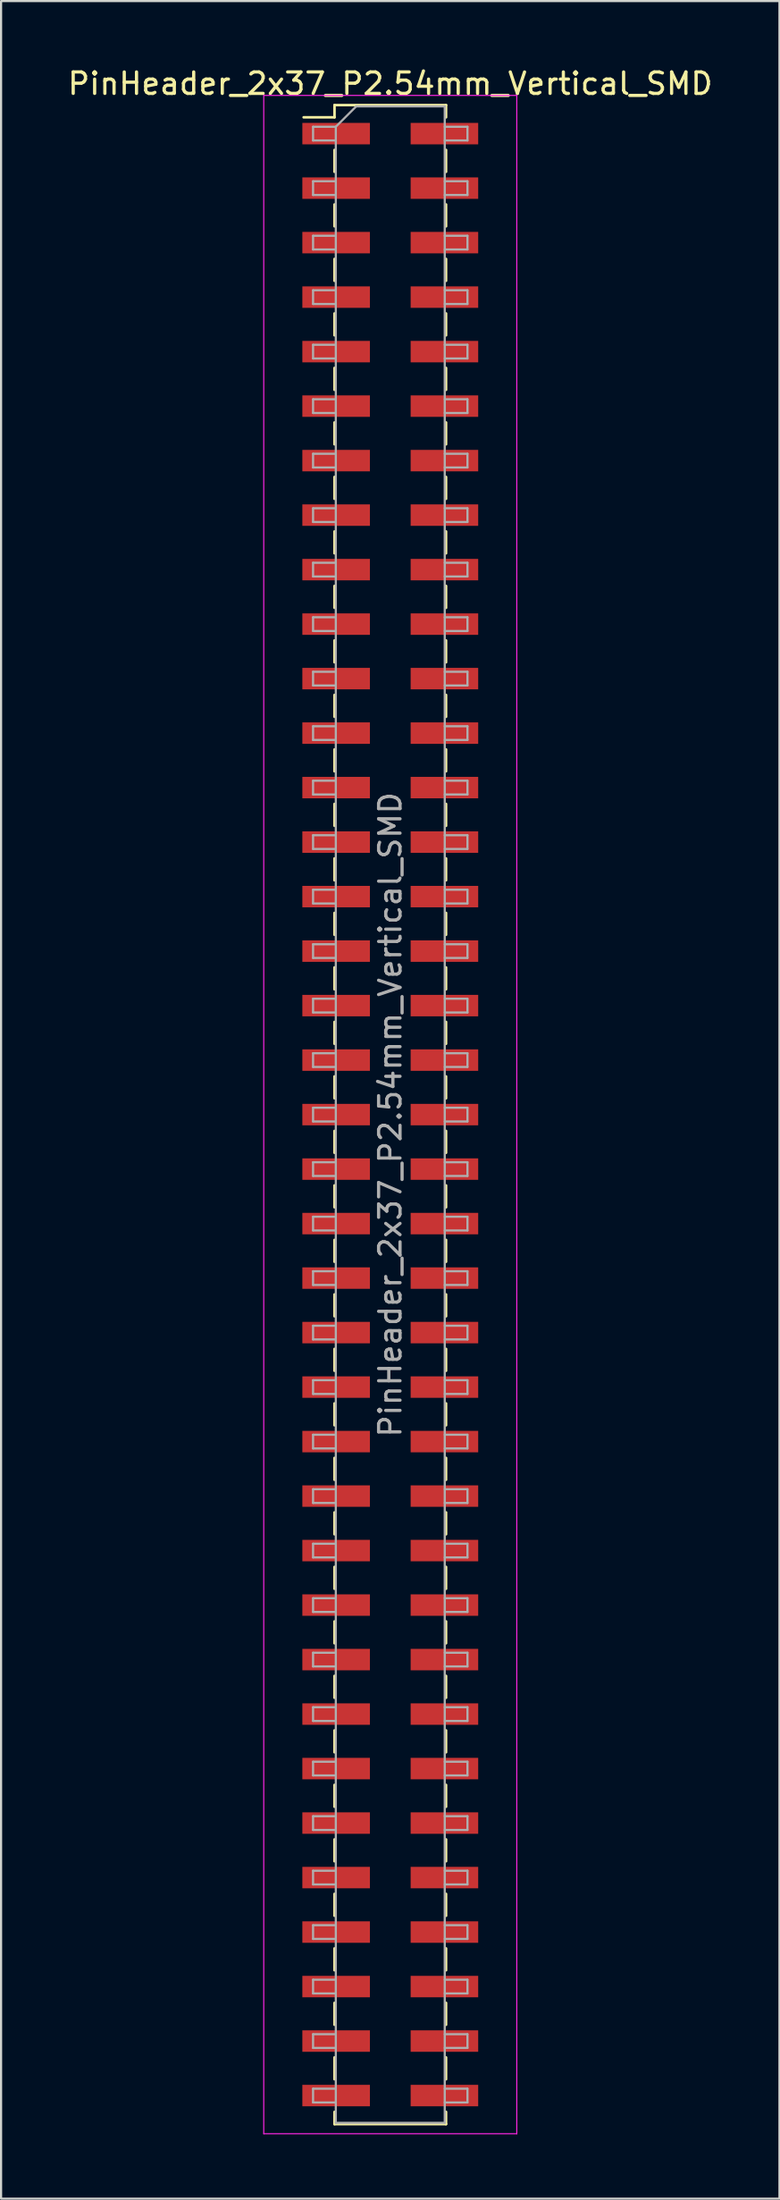
<source format=kicad_pcb>
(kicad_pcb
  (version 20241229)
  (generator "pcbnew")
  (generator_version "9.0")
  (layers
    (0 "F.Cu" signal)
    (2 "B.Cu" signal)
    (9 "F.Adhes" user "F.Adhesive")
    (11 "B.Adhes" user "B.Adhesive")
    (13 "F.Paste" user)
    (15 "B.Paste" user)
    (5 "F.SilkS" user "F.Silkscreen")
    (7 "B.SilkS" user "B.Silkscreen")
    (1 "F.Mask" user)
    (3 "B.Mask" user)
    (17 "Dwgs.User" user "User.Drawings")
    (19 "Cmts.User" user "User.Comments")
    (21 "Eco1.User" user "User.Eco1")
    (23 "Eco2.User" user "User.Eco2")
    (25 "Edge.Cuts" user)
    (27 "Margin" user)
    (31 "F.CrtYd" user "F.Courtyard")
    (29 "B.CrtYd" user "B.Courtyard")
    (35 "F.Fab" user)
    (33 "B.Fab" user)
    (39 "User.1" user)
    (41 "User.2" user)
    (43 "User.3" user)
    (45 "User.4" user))
  (footprint "PinHeader_2x37_P2.54mm_Vertical_SMD"
    (layer "F.Cu")
    (at 15.149 48.898)
    (property "Reference" "PinHeader_2x37_P2.54mm_Vertical_SMD" (at 0 -48.05 0) (layer "F.SilkS") (effects (font (size 1 1) (thickness 0.15))))
    (attr smd)
    (fp_line (start -4.04 -46.48) (end -2.6 -46.48) (stroke (width 0.12) (type solid)) (layer "F.SilkS"))
    (fp_line (start -2.6 -47.05) (end -2.6 -46.48) (stroke (width 0.12) (type solid)) (layer "F.SilkS"))
    (fp_line (start -2.6 -47.05) (end 2.6 -47.05) (stroke (width 0.12) (type solid)) (layer "F.SilkS"))
    (fp_line (start -2.6 -44.96) (end -2.6 -43.94) (stroke (width 0.12) (type solid)) (layer "F.SilkS"))
    (fp_line (start -2.6 -42.42) (end -2.6 -41.4) (stroke (width 0.12) (type solid)) (layer "F.SilkS"))
    (fp_line (start -2.6 -39.88) (end -2.6 -38.86) (stroke (width 0.12) (type solid)) (layer "F.SilkS"))
    (fp_line (start -2.6 -37.34) (end -2.6 -36.32) (stroke (width 0.12) (type solid)) (layer "F.SilkS"))
    (fp_line (start -2.6 -34.8) (end -2.6 -33.78) (stroke (width 0.12) (type solid)) (layer "F.SilkS"))
    (fp_line (start -2.6 -32.26) (end -2.6 -31.24) (stroke (width 0.12) (type solid)) (layer "F.SilkS"))
    (fp_line (start -2.6 -29.72) (end -2.6 -28.7) (stroke (width 0.12) (type solid)) (layer "F.SilkS"))
    (fp_line (start -2.6 -27.18) (end -2.6 -26.16) (stroke (width 0.12) (type solid)) (layer "F.SilkS"))
    (fp_line (start -2.6 -24.64) (end -2.6 -23.62) (stroke (width 0.12) (type solid)) (layer "F.SilkS"))
    (fp_line (start -2.6 -22.1) (end -2.6 -21.08) (stroke (width 0.12) (type solid)) (layer "F.SilkS"))
    (fp_line (start -2.6 -19.56) (end -2.6 -18.54) (stroke (width 0.12) (type solid)) (layer "F.SilkS"))
    (fp_line (start -2.6 -17.02) (end -2.6 -16) (stroke (width 0.12) (type solid)) (layer "F.SilkS"))
    (fp_line (start -2.6 -14.48) (end -2.6 -13.46) (stroke (width 0.12) (type solid)) (layer "F.SilkS"))
    (fp_line (start -2.6 -11.94) (end -2.6 -10.92) (stroke (width 0.12) (type solid)) (layer "F.SilkS"))
    (fp_line (start -2.6 -9.4) (end -2.6 -8.38) (stroke (width 0.12) (type solid)) (layer "F.SilkS"))
    (fp_line (start -2.6 -6.86) (end -2.6 -5.84) (stroke (width 0.12) (type solid)) (layer "F.SilkS"))
    (fp_line (start -2.6 -4.32) (end -2.6 -3.3) (stroke (width 0.12) (type solid)) (layer "F.SilkS"))
    (fp_line (start -2.6 -1.78) (end -2.6 -0.76) (stroke (width 0.12) (type solid)) (layer "F.SilkS"))
    (fp_line (start -2.6 0.76) (end -2.6 1.78) (stroke (width 0.12) (type solid)) (layer "F.SilkS"))
    (fp_line (start -2.6 3.3) (end -2.6 4.32) (stroke (width 0.12) (type solid)) (layer "F.SilkS"))
    (fp_line (start -2.6 5.84) (end -2.6 6.86) (stroke (width 0.12) (type solid)) (layer "F.SilkS"))
    (fp_line (start -2.6 8.38) (end -2.6 9.4) (stroke (width 0.12) (type solid)) (layer "F.SilkS"))
    (fp_line (start -2.6 10.92) (end -2.6 11.94) (stroke (width 0.12) (type solid)) (layer "F.SilkS"))
    (fp_line (start -2.6 13.46) (end -2.6 14.48) (stroke (width 0.12) (type solid)) (layer "F.SilkS"))
    (fp_line (start -2.6 16) (end -2.6 17.02) (stroke (width 0.12) (type solid)) (layer "F.SilkS"))
    (fp_line (start -2.6 18.54) (end -2.6 19.56) (stroke (width 0.12) (type solid)) (layer "F.SilkS"))
    (fp_line (start -2.6 21.08) (end -2.6 22.1) (stroke (width 0.12) (type solid)) (layer "F.SilkS"))
    (fp_line (start -2.6 23.62) (end -2.6 24.64) (stroke (width 0.12) (type solid)) (layer "F.SilkS"))
    (fp_line (start -2.6 26.16) (end -2.6 27.18) (stroke (width 0.12) (type solid)) (layer "F.SilkS"))
    (fp_line (start -2.6 28.7) (end -2.6 29.72) (stroke (width 0.12) (type solid)) (layer "F.SilkS"))
    (fp_line (start -2.6 31.24) (end -2.6 32.26) (stroke (width 0.12) (type solid)) (layer "F.SilkS"))
    (fp_line (start -2.6 33.78) (end -2.6 34.8) (stroke (width 0.12) (type solid)) (layer "F.SilkS"))
    (fp_line (start -2.6 36.32) (end -2.6 37.34) (stroke (width 0.12) (type solid)) (layer "F.SilkS"))
    (fp_line (start -2.6 38.86) (end -2.6 39.88) (stroke (width 0.12) (type solid)) (layer "F.SilkS"))
    (fp_line (start -2.6 41.4) (end -2.6 42.42) (stroke (width 0.12) (type solid)) (layer "F.SilkS"))
    (fp_line (start -2.6 43.94) (end -2.6 44.96) (stroke (width 0.12) (type solid)) (layer "F.SilkS"))
    (fp_line (start -2.6 46.48) (end -2.6 47.05) (stroke (width 0.12) (type solid)) (layer "F.SilkS"))
    (fp_line (start -2.6 47.05) (end 2.6 47.05) (stroke (width 0.12) (type solid)) (layer "F.SilkS"))
    (fp_line (start 2.6 -47.05) (end 2.6 -46.48) (stroke (width 0.12) (type solid)) (layer "F.SilkS"))
    (fp_line (start 2.6 -44.96) (end 2.6 -43.94) (stroke (width 0.12) (type solid)) (layer "F.SilkS"))
    (fp_line (start 2.6 -42.42) (end 2.6 -41.4) (stroke (width 0.12) (type solid)) (layer "F.SilkS"))
    (fp_line (start 2.6 -39.88) (end 2.6 -38.86) (stroke (width 0.12) (type solid)) (layer "F.SilkS"))
    (fp_line (start 2.6 -37.34) (end 2.6 -36.32) (stroke (width 0.12) (type solid)) (layer "F.SilkS"))
    (fp_line (start 2.6 -34.8) (end 2.6 -33.78) (stroke (width 0.12) (type solid)) (layer "F.SilkS"))
    (fp_line (start 2.6 -32.26) (end 2.6 -31.24) (stroke (width 0.12) (type solid)) (layer "F.SilkS"))
    (fp_line (start 2.6 -29.72) (end 2.6 -28.7) (stroke (width 0.12) (type solid)) (layer "F.SilkS"))
    (fp_line (start 2.6 -27.18) (end 2.6 -26.16) (stroke (width 0.12) (type solid)) (layer "F.SilkS"))
    (fp_line (start 2.6 -24.64) (end 2.6 -23.62) (stroke (width 0.12) (type solid)) (layer "F.SilkS"))
    (fp_line (start 2.6 -22.1) (end 2.6 -21.08) (stroke (width 0.12) (type solid)) (layer "F.SilkS"))
    (fp_line (start 2.6 -19.56) (end 2.6 -18.54) (stroke (width 0.12) (type solid)) (layer "F.SilkS"))
    (fp_line (start 2.6 -17.02) (end 2.6 -16) (stroke (width 0.12) (type solid)) (layer "F.SilkS"))
    (fp_line (start 2.6 -14.48) (end 2.6 -13.46) (stroke (width 0.12) (type solid)) (layer "F.SilkS"))
    (fp_line (start 2.6 -11.94) (end 2.6 -10.92) (stroke (width 0.12) (type solid)) (layer "F.SilkS"))
    (fp_line (start 2.6 -9.4) (end 2.6 -8.38) (stroke (width 0.12) (type solid)) (layer "F.SilkS"))
    (fp_line (start 2.6 -6.86) (end 2.6 -5.84) (stroke (width 0.12) (type solid)) (layer "F.SilkS"))
    (fp_line (start 2.6 -4.32) (end 2.6 -3.3) (stroke (width 0.12) (type solid)) (layer "F.SilkS"))
    (fp_line (start 2.6 -1.78) (end 2.6 -0.76) (stroke (width 0.12) (type solid)) (layer "F.SilkS"))
    (fp_line (start 2.6 0.76) (end 2.6 1.78) (stroke (width 0.12) (type solid)) (layer "F.SilkS"))
    (fp_line (start 2.6 3.3) (end 2.6 4.32) (stroke (width 0.12) (type solid)) (layer "F.SilkS"))
    (fp_line (start 2.6 5.84) (end 2.6 6.86) (stroke (width 0.12) (type solid)) (layer "F.SilkS"))
    (fp_line (start 2.6 8.38) (end 2.6 9.4) (stroke (width 0.12) (type solid)) (layer "F.SilkS"))
    (fp_line (start 2.6 10.92) (end 2.6 11.94) (stroke (width 0.12) (type solid)) (layer "F.SilkS"))
    (fp_line (start 2.6 13.46) (end 2.6 14.48) (stroke (width 0.12) (type solid)) (layer "F.SilkS"))
    (fp_line (start 2.6 16) (end 2.6 17.02) (stroke (width 0.12) (type solid)) (layer "F.SilkS"))
    (fp_line (start 2.6 18.54) (end 2.6 19.56) (stroke (width 0.12) (type solid)) (layer "F.SilkS"))
    (fp_line (start 2.6 21.08) (end 2.6 22.1) (stroke (width 0.12) (type solid)) (layer "F.SilkS"))
    (fp_line (start 2.6 23.62) (end 2.6 24.64) (stroke (width 0.12) (type solid)) (layer "F.SilkS"))
    (fp_line (start 2.6 26.16) (end 2.6 27.18) (stroke (width 0.12) (type solid)) (layer "F.SilkS"))
    (fp_line (start 2.6 28.7) (end 2.6 29.72) (stroke (width 0.12) (type solid)) (layer "F.SilkS"))
    (fp_line (start 2.6 31.24) (end 2.6 32.26) (stroke (width 0.12) (type solid)) (layer "F.SilkS"))
    (fp_line (start 2.6 33.78) (end 2.6 34.8) (stroke (width 0.12) (type solid)) (layer "F.SilkS"))
    (fp_line (start 2.6 36.32) (end 2.6 37.34) (stroke (width 0.12) (type solid)) (layer "F.SilkS"))
    (fp_line (start 2.6 38.86) (end 2.6 39.88) (stroke (width 0.12) (type solid)) (layer "F.SilkS"))
    (fp_line (start 2.6 41.4) (end 2.6 42.42) (stroke (width 0.12) (type solid)) (layer "F.SilkS"))
    (fp_line (start 2.6 43.94) (end 2.6 44.96) (stroke (width 0.12) (type solid)) (layer "F.SilkS"))
    (fp_line (start 2.6 46.48) (end 2.6 47.05) (stroke (width 0.12) (type solid)) (layer "F.SilkS"))
    (fp_line (start -5.9 -47.5) (end -5.9 47.5) (stroke (width 0.05) (type solid)) (layer "F.CrtYd"))
    (fp_line (start -5.9 47.5) (end 5.9 47.5) (stroke (width 0.05) (type solid)) (layer "F.CrtYd"))
    (fp_line (start 5.9 -47.5) (end -5.9 -47.5) (stroke (width 0.05) (type solid)) (layer "F.CrtYd"))
    (fp_line (start 5.9 47.5) (end 5.9 -47.5) (stroke (width 0.05) (type solid)) (layer "F.CrtYd"))
    (fp_line (start -3.6 -46.04) (end -3.6 -45.4) (stroke (width 0.1) (type solid)) (layer "F.Fab"))
    (fp_line (start -3.6 -45.4) (end -2.54 -45.4) (stroke (width 0.1) (type solid)) (layer "F.Fab"))
    (fp_line (start -3.6 -43.5) (end -3.6 -42.86) (stroke (width 0.1) (type solid)) (layer "F.Fab"))
    (fp_line (start -3.6 -42.86) (end -2.54 -42.86) (stroke (width 0.1) (type solid)) (layer "F.Fab"))
    (fp_line (start -3.6 -40.96) (end -3.6 -40.32) (stroke (width 0.1) (type solid)) (layer "F.Fab"))
    (fp_line (start -3.6 -40.32) (end -2.54 -40.32) (stroke (width 0.1) (type solid)) (layer "F.Fab"))
    (fp_line (start -3.6 -38.42) (end -3.6 -37.78) (stroke (width 0.1) (type solid)) (layer "F.Fab"))
    (fp_line (start -3.6 -37.78) (end -2.54 -37.78) (stroke (width 0.1) (type solid)) (layer "F.Fab"))
    (fp_line (start -3.6 -35.88) (end -3.6 -35.24) (stroke (width 0.1) (type solid)) (layer "F.Fab"))
    (fp_line (start -3.6 -35.24) (end -2.54 -35.24) (stroke (width 0.1) (type solid)) (layer "F.Fab"))
    (fp_line (start -3.6 -33.34) (end -3.6 -32.7) (stroke (width 0.1) (type solid)) (layer "F.Fab"))
    (fp_line (start -3.6 -32.7) (end -2.54 -32.7) (stroke (width 0.1) (type solid)) (layer "F.Fab"))
    (fp_line (start -3.6 -30.8) (end -3.6 -30.16) (stroke (width 0.1) (type solid)) (layer "F.Fab"))
    (fp_line (start -3.6 -30.16) (end -2.54 -30.16) (stroke (width 0.1) (type solid)) (layer "F.Fab"))
    (fp_line (start -3.6 -28.26) (end -3.6 -27.62) (stroke (width 0.1) (type solid)) (layer "F.Fab"))
    (fp_line (start -3.6 -27.62) (end -2.54 -27.62) (stroke (width 0.1) (type solid)) (layer "F.Fab"))
    (fp_line (start -3.6 -25.72) (end -3.6 -25.08) (stroke (width 0.1) (type solid)) (layer "F.Fab"))
    (fp_line (start -3.6 -25.08) (end -2.54 -25.08) (stroke (width 0.1) (type solid)) (layer "F.Fab"))
    (fp_line (start -3.6 -23.18) (end -3.6 -22.54) (stroke (width 0.1) (type solid)) (layer "F.Fab"))
    (fp_line (start -3.6 -22.54) (end -2.54 -22.54) (stroke (width 0.1) (type solid)) (layer "F.Fab"))
    (fp_line (start -3.6 -20.64) (end -3.6 -20) (stroke (width 0.1) (type solid)) (layer "F.Fab"))
    (fp_line (start -3.6 -20) (end -2.54 -20) (stroke (width 0.1) (type solid)) (layer "F.Fab"))
    (fp_line (start -3.6 -18.1) (end -3.6 -17.46) (stroke (width 0.1) (type solid)) (layer "F.Fab"))
    (fp_line (start -3.6 -17.46) (end -2.54 -17.46) (stroke (width 0.1) (type solid)) (layer "F.Fab"))
    (fp_line (start -3.6 -15.56) (end -3.6 -14.92) (stroke (width 0.1) (type solid)) (layer "F.Fab"))
    (fp_line (start -3.6 -14.92) (end -2.54 -14.92) (stroke (width 0.1) (type solid)) (layer "F.Fab"))
    (fp_line (start -3.6 -13.02) (end -3.6 -12.38) (stroke (width 0.1) (type solid)) (layer "F.Fab"))
    (fp_line (start -3.6 -12.38) (end -2.54 -12.38) (stroke (width 0.1) (type solid)) (layer "F.Fab"))
    (fp_line (start -3.6 -10.48) (end -3.6 -9.84) (stroke (width 0.1) (type solid)) (layer "F.Fab"))
    (fp_line (start -3.6 -9.84) (end -2.54 -9.84) (stroke (width 0.1) (type solid)) (layer "F.Fab"))
    (fp_line (start -3.6 -7.94) (end -3.6 -7.3) (stroke (width 0.1) (type solid)) (layer "F.Fab"))
    (fp_line (start -3.6 -7.3) (end -2.54 -7.3) (stroke (width 0.1) (type solid)) (layer "F.Fab"))
    (fp_line (start -3.6 -5.4) (end -3.6 -4.76) (stroke (width 0.1) (type solid)) (layer "F.Fab"))
    (fp_line (start -3.6 -4.76) (end -2.54 -4.76) (stroke (width 0.1) (type solid)) (layer "F.Fab"))
    (fp_line (start -3.6 -2.86) (end -3.6 -2.22) (stroke (width 0.1) (type solid)) (layer "F.Fab"))
    (fp_line (start -3.6 -2.22) (end -2.54 -2.22) (stroke (width 0.1) (type solid)) (layer "F.Fab"))
    (fp_line (start -3.6 -0.32) (end -3.6 0.32) (stroke (width 0.1) (type solid)) (layer "F.Fab"))
    (fp_line (start -3.6 0.32) (end -2.54 0.32) (stroke (width 0.1) (type solid)) (layer "F.Fab"))
    (fp_line (start -3.6 2.22) (end -3.6 2.86) (stroke (width 0.1) (type solid)) (layer "F.Fab"))
    (fp_line (start -3.6 2.86) (end -2.54 2.86) (stroke (width 0.1) (type solid)) (layer "F.Fab"))
    (fp_line (start -3.6 4.76) (end -3.6 5.4) (stroke (width 0.1) (type solid)) (layer "F.Fab"))
    (fp_line (start -3.6 5.4) (end -2.54 5.4) (stroke (width 0.1) (type solid)) (layer "F.Fab"))
    (fp_line (start -3.6 7.3) (end -3.6 7.94) (stroke (width 0.1) (type solid)) (layer "F.Fab"))
    (fp_line (start -3.6 7.94) (end -2.54 7.94) (stroke (width 0.1) (type solid)) (layer "F.Fab"))
    (fp_line (start -3.6 9.84) (end -3.6 10.48) (stroke (width 0.1) (type solid)) (layer "F.Fab"))
    (fp_line (start -3.6 10.48) (end -2.54 10.48) (stroke (width 0.1) (type solid)) (layer "F.Fab"))
    (fp_line (start -3.6 12.38) (end -3.6 13.02) (stroke (width 0.1) (type solid)) (layer "F.Fab"))
    (fp_line (start -3.6 13.02) (end -2.54 13.02) (stroke (width 0.1) (type solid)) (layer "F.Fab"))
    (fp_line (start -3.6 14.92) (end -3.6 15.56) (stroke (width 0.1) (type solid)) (layer "F.Fab"))
    (fp_line (start -3.6 15.56) (end -2.54 15.56) (stroke (width 0.1) (type solid)) (layer "F.Fab"))
    (fp_line (start -3.6 17.46) (end -3.6 18.1) (stroke (width 0.1) (type solid)) (layer "F.Fab"))
    (fp_line (start -3.6 18.1) (end -2.54 18.1) (stroke (width 0.1) (type solid)) (layer "F.Fab"))
    (fp_line (start -3.6 20) (end -3.6 20.64) (stroke (width 0.1) (type solid)) (layer "F.Fab"))
    (fp_line (start -3.6 20.64) (end -2.54 20.64) (stroke (width 0.1) (type solid)) (layer "F.Fab"))
    (fp_line (start -3.6 22.54) (end -3.6 23.18) (stroke (width 0.1) (type solid)) (layer "F.Fab"))
    (fp_line (start -3.6 23.18) (end -2.54 23.18) (stroke (width 0.1) (type solid)) (layer "F.Fab"))
    (fp_line (start -3.6 25.08) (end -3.6 25.72) (stroke (width 0.1) (type solid)) (layer "F.Fab"))
    (fp_line (start -3.6 25.72) (end -2.54 25.72) (stroke (width 0.1) (type solid)) (layer "F.Fab"))
    (fp_line (start -3.6 27.62) (end -3.6 28.26) (stroke (width 0.1) (type solid)) (layer "F.Fab"))
    (fp_line (start -3.6 28.26) (end -2.54 28.26) (stroke (width 0.1) (type solid)) (layer "F.Fab"))
    (fp_line (start -3.6 30.16) (end -3.6 30.8) (stroke (width 0.1) (type solid)) (layer "F.Fab"))
    (fp_line (start -3.6 30.8) (end -2.54 30.8) (stroke (width 0.1) (type solid)) (layer "F.Fab"))
    (fp_line (start -3.6 32.7) (end -3.6 33.34) (stroke (width 0.1) (type solid)) (layer "F.Fab"))
    (fp_line (start -3.6 33.34) (end -2.54 33.34) (stroke (width 0.1) (type solid)) (layer "F.Fab"))
    (fp_line (start -3.6 35.24) (end -3.6 35.88) (stroke (width 0.1) (type solid)) (layer "F.Fab"))
    (fp_line (start -3.6 35.88) (end -2.54 35.88) (stroke (width 0.1) (type solid)) (layer "F.Fab"))
    (fp_line (start -3.6 37.78) (end -3.6 38.42) (stroke (width 0.1) (type solid)) (layer "F.Fab"))
    (fp_line (start -3.6 38.42) (end -2.54 38.42) (stroke (width 0.1) (type solid)) (layer "F.Fab"))
    (fp_line (start -3.6 40.32) (end -3.6 40.96) (stroke (width 0.1) (type solid)) (layer "F.Fab"))
    (fp_line (start -3.6 40.96) (end -2.54 40.96) (stroke (width 0.1) (type solid)) (layer "F.Fab"))
    (fp_line (start -3.6 42.86) (end -3.6 43.5) (stroke (width 0.1) (type solid)) (layer "F.Fab"))
    (fp_line (start -3.6 43.5) (end -2.54 43.5) (stroke (width 0.1) (type solid)) (layer "F.Fab"))
    (fp_line (start -3.6 45.4) (end -3.6 46.04) (stroke (width 0.1) (type solid)) (layer "F.Fab"))
    (fp_line (start -3.6 46.04) (end -2.54 46.04) (stroke (width 0.1) (type solid)) (layer "F.Fab"))
    (fp_line (start -2.54 -46.04) (end -3.6 -46.04) (stroke (width 0.1) (type solid)) (layer "F.Fab"))
    (fp_line (start -2.54 -46.04) (end -1.59 -46.99) (stroke (width 0.1) (type solid)) (layer "F.Fab"))
    (fp_line (start -2.54 -43.5) (end -3.6 -43.5) (stroke (width 0.1) (type solid)) (layer "F.Fab"))
    (fp_line (start -2.54 -40.96) (end -3.6 -40.96) (stroke (width 0.1) (type solid)) (layer "F.Fab"))
    (fp_line (start -2.54 -38.42) (end -3.6 -38.42) (stroke (width 0.1) (type solid)) (layer "F.Fab"))
    (fp_line (start -2.54 -35.88) (end -3.6 -35.88) (stroke (width 0.1) (type solid)) (layer "F.Fab"))
    (fp_line (start -2.54 -33.34) (end -3.6 -33.34) (stroke (width 0.1) (type solid)) (layer "F.Fab"))
    (fp_line (start -2.54 -30.8) (end -3.6 -30.8) (stroke (width 0.1) (type solid)) (layer "F.Fab"))
    (fp_line (start -2.54 -28.26) (end -3.6 -28.26) (stroke (width 0.1) (type solid)) (layer "F.Fab"))
    (fp_line (start -2.54 -25.72) (end -3.6 -25.72) (stroke (width 0.1) (type solid)) (layer "F.Fab"))
    (fp_line (start -2.54 -23.18) (end -3.6 -23.18) (stroke (width 0.1) (type solid)) (layer "F.Fab"))
    (fp_line (start -2.54 -20.64) (end -3.6 -20.64) (stroke (width 0.1) (type solid)) (layer "F.Fab"))
    (fp_line (start -2.54 -18.1) (end -3.6 -18.1) (stroke (width 0.1) (type solid)) (layer "F.Fab"))
    (fp_line (start -2.54 -15.56) (end -3.6 -15.56) (stroke (width 0.1) (type solid)) (layer "F.Fab"))
    (fp_line (start -2.54 -13.02) (end -3.6 -13.02) (stroke (width 0.1) (type solid)) (layer "F.Fab"))
    (fp_line (start -2.54 -10.48) (end -3.6 -10.48) (stroke (width 0.1) (type solid)) (layer "F.Fab"))
    (fp_line (start -2.54 -7.94) (end -3.6 -7.94) (stroke (width 0.1) (type solid)) (layer "F.Fab"))
    (fp_line (start -2.54 -5.4) (end -3.6 -5.4) (stroke (width 0.1) (type solid)) (layer "F.Fab"))
    (fp_line (start -2.54 -2.86) (end -3.6 -2.86) (stroke (width 0.1) (type solid)) (layer "F.Fab"))
    (fp_line (start -2.54 -0.32) (end -3.6 -0.32) (stroke (width 0.1) (type solid)) (layer "F.Fab"))
    (fp_line (start -2.54 2.22) (end -3.6 2.22) (stroke (width 0.1) (type solid)) (layer "F.Fab"))
    (fp_line (start -2.54 4.76) (end -3.6 4.76) (stroke (width 0.1) (type solid)) (layer "F.Fab"))
    (fp_line (start -2.54 7.3) (end -3.6 7.3) (stroke (width 0.1) (type solid)) (layer "F.Fab"))
    (fp_line (start -2.54 9.84) (end -3.6 9.84) (stroke (width 0.1) (type solid)) (layer "F.Fab"))
    (fp_line (start -2.54 12.38) (end -3.6 12.38) (stroke (width 0.1) (type solid)) (layer "F.Fab"))
    (fp_line (start -2.54 14.92) (end -3.6 14.92) (stroke (width 0.1) (type solid)) (layer "F.Fab"))
    (fp_line (start -2.54 17.46) (end -3.6 17.46) (stroke (width 0.1) (type solid)) (layer "F.Fab"))
    (fp_line (start -2.54 20) (end -3.6 20) (stroke (width 0.1) (type solid)) (layer "F.Fab"))
    (fp_line (start -2.54 22.54) (end -3.6 22.54) (stroke (width 0.1) (type solid)) (layer "F.Fab"))
    (fp_line (start -2.54 25.08) (end -3.6 25.08) (stroke (width 0.1) (type solid)) (layer "F.Fab"))
    (fp_line (start -2.54 27.62) (end -3.6 27.62) (stroke (width 0.1) (type solid)) (layer "F.Fab"))
    (fp_line (start -2.54 30.16) (end -3.6 30.16) (stroke (width 0.1) (type solid)) (layer "F.Fab"))
    (fp_line (start -2.54 32.7) (end -3.6 32.7) (stroke (width 0.1) (type solid)) (layer "F.Fab"))
    (fp_line (start -2.54 35.24) (end -3.6 35.24) (stroke (width 0.1) (type solid)) (layer "F.Fab"))
    (fp_line (start -2.54 37.78) (end -3.6 37.78) (stroke (width 0.1) (type solid)) (layer "F.Fab"))
    (fp_line (start -2.54 40.32) (end -3.6 40.32) (stroke (width 0.1) (type solid)) (layer "F.Fab"))
    (fp_line (start -2.54 42.86) (end -3.6 42.86) (stroke (width 0.1) (type solid)) (layer "F.Fab"))
    (fp_line (start -2.54 45.4) (end -3.6 45.4) (stroke (width 0.1) (type solid)) (layer "F.Fab"))
    (fp_line (start -2.54 46.99) (end -2.54 -46.04) (stroke (width 0.1) (type solid)) (layer "F.Fab"))
    (fp_line (start -1.59 -46.99) (end 2.54 -46.99) (stroke (width 0.1) (type solid)) (layer "F.Fab"))
    (fp_line (start 2.54 -46.99) (end 2.54 46.99) (stroke (width 0.1) (type solid)) (layer "F.Fab"))
    (fp_line (start 2.54 -46.04) (end 3.6 -46.04) (stroke (width 0.1) (type solid)) (layer "F.Fab"))
    (fp_line (start 2.54 -43.5) (end 3.6 -43.5) (stroke (width 0.1) (type solid)) (layer "F.Fab"))
    (fp_line (start 2.54 -40.96) (end 3.6 -40.96) (stroke (width 0.1) (type solid)) (layer "F.Fab"))
    (fp_line (start 2.54 -38.42) (end 3.6 -38.42) (stroke (width 0.1) (type solid)) (layer "F.Fab"))
    (fp_line (start 2.54 -35.88) (end 3.6 -35.88) (stroke (width 0.1) (type solid)) (layer "F.Fab"))
    (fp_line (start 2.54 -33.34) (end 3.6 -33.34) (stroke (width 0.1) (type solid)) (layer "F.Fab"))
    (fp_line (start 2.54 -30.8) (end 3.6 -30.8) (stroke (width 0.1) (type solid)) (layer "F.Fab"))
    (fp_line (start 2.54 -28.26) (end 3.6 -28.26) (stroke (width 0.1) (type solid)) (layer "F.Fab"))
    (fp_line (start 2.54 -25.72) (end 3.6 -25.72) (stroke (width 0.1) (type solid)) (layer "F.Fab"))
    (fp_line (start 2.54 -23.18) (end 3.6 -23.18) (stroke (width 0.1) (type solid)) (layer "F.Fab"))
    (fp_line (start 2.54 -20.64) (end 3.6 -20.64) (stroke (width 0.1) (type solid)) (layer "F.Fab"))
    (fp_line (start 2.54 -18.1) (end 3.6 -18.1) (stroke (width 0.1) (type solid)) (layer "F.Fab"))
    (fp_line (start 2.54 -15.56) (end 3.6 -15.56) (stroke (width 0.1) (type solid)) (layer "F.Fab"))
    (fp_line (start 2.54 -13.02) (end 3.6 -13.02) (stroke (width 0.1) (type solid)) (layer "F.Fab"))
    (fp_line (start 2.54 -10.48) (end 3.6 -10.48) (stroke (width 0.1) (type solid)) (layer "F.Fab"))
    (fp_line (start 2.54 -7.94) (end 3.6 -7.94) (stroke (width 0.1) (type solid)) (layer "F.Fab"))
    (fp_line (start 2.54 -5.4) (end 3.6 -5.4) (stroke (width 0.1) (type solid)) (layer "F.Fab"))
    (fp_line (start 2.54 -2.86) (end 3.6 -2.86) (stroke (width 0.1) (type solid)) (layer "F.Fab"))
    (fp_line (start 2.54 -0.32) (end 3.6 -0.32) (stroke (width 0.1) (type solid)) (layer "F.Fab"))
    (fp_line (start 2.54 2.22) (end 3.6 2.22) (stroke (width 0.1) (type solid)) (layer "F.Fab"))
    (fp_line (start 2.54 4.76) (end 3.6 4.76) (stroke (width 0.1) (type solid)) (layer "F.Fab"))
    (fp_line (start 2.54 7.3) (end 3.6 7.3) (stroke (width 0.1) (type solid)) (layer "F.Fab"))
    (fp_line (start 2.54 9.84) (end 3.6 9.84) (stroke (width 0.1) (type solid)) (layer "F.Fab"))
    (fp_line (start 2.54 12.38) (end 3.6 12.38) (stroke (width 0.1) (type solid)) (layer "F.Fab"))
    (fp_line (start 2.54 14.92) (end 3.6 14.92) (stroke (width 0.1) (type solid)) (layer "F.Fab"))
    (fp_line (start 2.54 17.46) (end 3.6 17.46) (stroke (width 0.1) (type solid)) (layer "F.Fab"))
    (fp_line (start 2.54 20) (end 3.6 20) (stroke (width 0.1) (type solid)) (layer "F.Fab"))
    (fp_line (start 2.54 22.54) (end 3.6 22.54) (stroke (width 0.1) (type solid)) (layer "F.Fab"))
    (fp_line (start 2.54 25.08) (end 3.6 25.08) (stroke (width 0.1) (type solid)) (layer "F.Fab"))
    (fp_line (start 2.54 27.62) (end 3.6 27.62) (stroke (width 0.1) (type solid)) (layer "F.Fab"))
    (fp_line (start 2.54 30.16) (end 3.6 30.16) (stroke (width 0.1) (type solid)) (layer "F.Fab"))
    (fp_line (start 2.54 32.7) (end 3.6 32.7) (stroke (width 0.1) (type solid)) (layer "F.Fab"))
    (fp_line (start 2.54 35.24) (end 3.6 35.24) (stroke (width 0.1) (type solid)) (layer "F.Fab"))
    (fp_line (start 2.54 37.78) (end 3.6 37.78) (stroke (width 0.1) (type solid)) (layer "F.Fab"))
    (fp_line (start 2.54 40.32) (end 3.6 40.32) (stroke (width 0.1) (type solid)) (layer "F.Fab"))
    (fp_line (start 2.54 42.86) (end 3.6 42.86) (stroke (width 0.1) (type solid)) (layer "F.Fab"))
    (fp_line (start 2.54 45.4) (end 3.6 45.4) (stroke (width 0.1) (type solid)) (layer "F.Fab"))
    (fp_line (start 2.54 46.99) (end -2.54 46.99) (stroke (width 0.1) (type solid)) (layer "F.Fab"))
    (fp_line (start 3.6 -46.04) (end 3.6 -45.4) (stroke (width 0.1) (type solid)) (layer "F.Fab"))
    (fp_line (start 3.6 -45.4) (end 2.54 -45.4) (stroke (width 0.1) (type solid)) (layer "F.Fab"))
    (fp_line (start 3.6 -43.5) (end 3.6 -42.86) (stroke (width 0.1) (type solid)) (layer "F.Fab"))
    (fp_line (start 3.6 -42.86) (end 2.54 -42.86) (stroke (width 0.1) (type solid)) (layer "F.Fab"))
    (fp_line (start 3.6 -40.96) (end 3.6 -40.32) (stroke (width 0.1) (type solid)) (layer "F.Fab"))
    (fp_line (start 3.6 -40.32) (end 2.54 -40.32) (stroke (width 0.1) (type solid)) (layer "F.Fab"))
    (fp_line (start 3.6 -38.42) (end 3.6 -37.78) (stroke (width 0.1) (type solid)) (layer "F.Fab"))
    (fp_line (start 3.6 -37.78) (end 2.54 -37.78) (stroke (width 0.1) (type solid)) (layer "F.Fab"))
    (fp_line (start 3.6 -35.88) (end 3.6 -35.24) (stroke (width 0.1) (type solid)) (layer "F.Fab"))
    (fp_line (start 3.6 -35.24) (end 2.54 -35.24) (stroke (width 0.1) (type solid)) (layer "F.Fab"))
    (fp_line (start 3.6 -33.34) (end 3.6 -32.7) (stroke (width 0.1) (type solid)) (layer "F.Fab"))
    (fp_line (start 3.6 -32.7) (end 2.54 -32.7) (stroke (width 0.1) (type solid)) (layer "F.Fab"))
    (fp_line (start 3.6 -30.8) (end 3.6 -30.16) (stroke (width 0.1) (type solid)) (layer "F.Fab"))
    (fp_line (start 3.6 -30.16) (end 2.54 -30.16) (stroke (width 0.1) (type solid)) (layer "F.Fab"))
    (fp_line (start 3.6 -28.26) (end 3.6 -27.62) (stroke (width 0.1) (type solid)) (layer "F.Fab"))
    (fp_line (start 3.6 -27.62) (end 2.54 -27.62) (stroke (width 0.1) (type solid)) (layer "F.Fab"))
    (fp_line (start 3.6 -25.72) (end 3.6 -25.08) (stroke (width 0.1) (type solid)) (layer "F.Fab"))
    (fp_line (start 3.6 -25.08) (end 2.54 -25.08) (stroke (width 0.1) (type solid)) (layer "F.Fab"))
    (fp_line (start 3.6 -23.18) (end 3.6 -22.54) (stroke (width 0.1) (type solid)) (layer "F.Fab"))
    (fp_line (start 3.6 -22.54) (end 2.54 -22.54) (stroke (width 0.1) (type solid)) (layer "F.Fab"))
    (fp_line (start 3.6 -20.64) (end 3.6 -20) (stroke (width 0.1) (type solid)) (layer "F.Fab"))
    (fp_line (start 3.6 -20) (end 2.54 -20) (stroke (width 0.1) (type solid)) (layer "F.Fab"))
    (fp_line (start 3.6 -18.1) (end 3.6 -17.46) (stroke (width 0.1) (type solid)) (layer "F.Fab"))
    (fp_line (start 3.6 -17.46) (end 2.54 -17.46) (stroke (width 0.1) (type solid)) (layer "F.Fab"))
    (fp_line (start 3.6 -15.56) (end 3.6 -14.92) (stroke (width 0.1) (type solid)) (layer "F.Fab"))
    (fp_line (start 3.6 -14.92) (end 2.54 -14.92) (stroke (width 0.1) (type solid)) (layer "F.Fab"))
    (fp_line (start 3.6 -13.02) (end 3.6 -12.38) (stroke (width 0.1) (type solid)) (layer "F.Fab"))
    (fp_line (start 3.6 -12.38) (end 2.54 -12.38) (stroke (width 0.1) (type solid)) (layer "F.Fab"))
    (fp_line (start 3.6 -10.48) (end 3.6 -9.84) (stroke (width 0.1) (type solid)) (layer "F.Fab"))
    (fp_line (start 3.6 -9.84) (end 2.54 -9.84) (stroke (width 0.1) (type solid)) (layer "F.Fab"))
    (fp_line (start 3.6 -7.94) (end 3.6 -7.3) (stroke (width 0.1) (type solid)) (layer "F.Fab"))
    (fp_line (start 3.6 -7.3) (end 2.54 -7.3) (stroke (width 0.1) (type solid)) (layer "F.Fab"))
    (fp_line (start 3.6 -5.4) (end 3.6 -4.76) (stroke (width 0.1) (type solid)) (layer "F.Fab"))
    (fp_line (start 3.6 -4.76) (end 2.54 -4.76) (stroke (width 0.1) (type solid)) (layer "F.Fab"))
    (fp_line (start 3.6 -2.86) (end 3.6 -2.22) (stroke (width 0.1) (type solid)) (layer "F.Fab"))
    (fp_line (start 3.6 -2.22) (end 2.54 -2.22) (stroke (width 0.1) (type solid)) (layer "F.Fab"))
    (fp_line (start 3.6 -0.32) (end 3.6 0.32) (stroke (width 0.1) (type solid)) (layer "F.Fab"))
    (fp_line (start 3.6 0.32) (end 2.54 0.32) (stroke (width 0.1) (type solid)) (layer "F.Fab"))
    (fp_line (start 3.6 2.22) (end 3.6 2.86) (stroke (width 0.1) (type solid)) (layer "F.Fab"))
    (fp_line (start 3.6 2.86) (end 2.54 2.86) (stroke (width 0.1) (type solid)) (layer "F.Fab"))
    (fp_line (start 3.6 4.76) (end 3.6 5.4) (stroke (width 0.1) (type solid)) (layer "F.Fab"))
    (fp_line (start 3.6 5.4) (end 2.54 5.4) (stroke (width 0.1) (type solid)) (layer "F.Fab"))
    (fp_line (start 3.6 7.3) (end 3.6 7.94) (stroke (width 0.1) (type solid)) (layer "F.Fab"))
    (fp_line (start 3.6 7.94) (end 2.54 7.94) (stroke (width 0.1) (type solid)) (layer "F.Fab"))
    (fp_line (start 3.6 9.84) (end 3.6 10.48) (stroke (width 0.1) (type solid)) (layer "F.Fab"))
    (fp_line (start 3.6 10.48) (end 2.54 10.48) (stroke (width 0.1) (type solid)) (layer "F.Fab"))
    (fp_line (start 3.6 12.38) (end 3.6 13.02) (stroke (width 0.1) (type solid)) (layer "F.Fab"))
    (fp_line (start 3.6 13.02) (end 2.54 13.02) (stroke (width 0.1) (type solid)) (layer "F.Fab"))
    (fp_line (start 3.6 14.92) (end 3.6 15.56) (stroke (width 0.1) (type solid)) (layer "F.Fab"))
    (fp_line (start 3.6 15.56) (end 2.54 15.56) (stroke (width 0.1) (type solid)) (layer "F.Fab"))
    (fp_line (start 3.6 17.46) (end 3.6 18.1) (stroke (width 0.1) (type solid)) (layer "F.Fab"))
    (fp_line (start 3.6 18.1) (end 2.54 18.1) (stroke (width 0.1) (type solid)) (layer "F.Fab"))
    (fp_line (start 3.6 20) (end 3.6 20.64) (stroke (width 0.1) (type solid)) (layer "F.Fab"))
    (fp_line (start 3.6 20.64) (end 2.54 20.64) (stroke (width 0.1) (type solid)) (layer "F.Fab"))
    (fp_line (start 3.6 22.54) (end 3.6 23.18) (stroke (width 0.1) (type solid)) (layer "F.Fab"))
    (fp_line (start 3.6 23.18) (end 2.54 23.18) (stroke (width 0.1) (type solid)) (layer "F.Fab"))
    (fp_line (start 3.6 25.08) (end 3.6 25.72) (stroke (width 0.1) (type solid)) (layer "F.Fab"))
    (fp_line (start 3.6 25.72) (end 2.54 25.72) (stroke (width 0.1) (type solid)) (layer "F.Fab"))
    (fp_line (start 3.6 27.62) (end 3.6 28.26) (stroke (width 0.1) (type solid)) (layer "F.Fab"))
    (fp_line (start 3.6 28.26) (end 2.54 28.26) (stroke (width 0.1) (type solid)) (layer "F.Fab"))
    (fp_line (start 3.6 30.16) (end 3.6 30.8) (stroke (width 0.1) (type solid)) (layer "F.Fab"))
    (fp_line (start 3.6 30.8) (end 2.54 30.8) (stroke (width 0.1) (type solid)) (layer "F.Fab"))
    (fp_line (start 3.6 32.7) (end 3.6 33.34) (stroke (width 0.1) (type solid)) (layer "F.Fab"))
    (fp_line (start 3.6 33.34) (end 2.54 33.34) (stroke (width 0.1) (type solid)) (layer "F.Fab"))
    (fp_line (start 3.6 35.24) (end 3.6 35.88) (stroke (width 0.1) (type solid)) (layer "F.Fab"))
    (fp_line (start 3.6 35.88) (end 2.54 35.88) (stroke (width 0.1) (type solid)) (layer "F.Fab"))
    (fp_line (start 3.6 37.78) (end 3.6 38.42) (stroke (width 0.1) (type solid)) (layer "F.Fab"))
    (fp_line (start 3.6 38.42) (end 2.54 38.42) (stroke (width 0.1) (type solid)) (layer "F.Fab"))
    (fp_line (start 3.6 40.32) (end 3.6 40.96) (stroke (width 0.1) (type solid)) (layer "F.Fab"))
    (fp_line (start 3.6 40.96) (end 2.54 40.96) (stroke (width 0.1) (type solid)) (layer "F.Fab"))
    (fp_line (start 3.6 42.86) (end 3.6 43.5) (stroke (width 0.1) (type solid)) (layer "F.Fab"))
    (fp_line (start 3.6 43.5) (end 2.54 43.5) (stroke (width 0.1) (type solid)) (layer "F.Fab"))
    (fp_line (start 3.6 45.4) (end 3.6 46.04) (stroke (width 0.1) (type solid)) (layer "F.Fab"))
    (fp_line (start 3.6 46.04) (end 2.54 46.04) (stroke (width 0.1) (type solid)) (layer "F.Fab"))
    (fp_text user "${REFERENCE}" (at 0 0 90) (layer "F.Fab") (effects (font (size 1 1) (thickness 0.15))))
    (pad "1" smd rect (at -2.525 -45.72) (size 3.15 1) (layers "F.Cu" "F.Mask" "F.Paste"))
    (pad "2" smd rect (at 2.525 -45.72) (size 3.15 1) (layers "F.Cu" "F.Mask" "F.Paste"))
    (pad "3" smd rect (at -2.525 -43.18) (size 3.15 1) (layers "F.Cu" "F.Mask" "F.Paste"))
    (pad "4" smd rect (at 2.525 -43.18) (size 3.15 1) (layers "F.Cu" "F.Mask" "F.Paste"))
    (pad "5" smd rect (at -2.525 -40.64) (size 3.15 1) (layers "F.Cu" "F.Mask" "F.Paste"))
    (pad "6" smd rect (at 2.525 -40.64) (size 3.15 1) (layers "F.Cu" "F.Mask" "F.Paste"))
    (pad "7" smd rect (at -2.525 -38.1) (size 3.15 1) (layers "F.Cu" "F.Mask" "F.Paste"))
    (pad "8" smd rect (at 2.525 -38.1) (size 3.15 1) (layers "F.Cu" "F.Mask" "F.Paste"))
    (pad "9" smd rect (at -2.525 -35.56) (size 3.15 1) (layers "F.Cu" "F.Mask" "F.Paste"))
    (pad "10" smd rect (at 2.525 -35.56) (size 3.15 1) (layers "F.Cu" "F.Mask" "F.Paste"))
    (pad "11" smd rect (at -2.525 -33.02) (size 3.15 1) (layers "F.Cu" "F.Mask" "F.Paste"))
    (pad "12" smd rect (at 2.525 -33.02) (size 3.15 1) (layers "F.Cu" "F.Mask" "F.Paste"))
    (pad "13" smd rect (at -2.525 -30.48) (size 3.15 1) (layers "F.Cu" "F.Mask" "F.Paste"))
    (pad "14" smd rect (at 2.525 -30.48) (size 3.15 1) (layers "F.Cu" "F.Mask" "F.Paste"))
    (pad "15" smd rect (at -2.525 -27.94) (size 3.15 1) (layers "F.Cu" "F.Mask" "F.Paste"))
    (pad "16" smd rect (at 2.525 -27.94) (size 3.15 1) (layers "F.Cu" "F.Mask" "F.Paste"))
    (pad "17" smd rect (at -2.525 -25.4) (size 3.15 1) (layers "F.Cu" "F.Mask" "F.Paste"))
    (pad "18" smd rect (at 2.525 -25.4) (size 3.15 1) (layers "F.Cu" "F.Mask" "F.Paste"))
    (pad "19" smd rect (at -2.525 -22.86) (size 3.15 1) (layers "F.Cu" "F.Mask" "F.Paste"))
    (pad "20" smd rect (at 2.525 -22.86) (size 3.15 1) (layers "F.Cu" "F.Mask" "F.Paste"))
    (pad "21" smd rect (at -2.525 -20.32) (size 3.15 1) (layers "F.Cu" "F.Mask" "F.Paste"))
    (pad "22" smd rect (at 2.525 -20.32) (size 3.15 1) (layers "F.Cu" "F.Mask" "F.Paste"))
    (pad "23" smd rect (at -2.525 -17.78) (size 3.15 1) (layers "F.Cu" "F.Mask" "F.Paste"))
    (pad "24" smd rect (at 2.525 -17.78) (size 3.15 1) (layers "F.Cu" "F.Mask" "F.Paste"))
    (pad "25" smd rect (at -2.525 -15.24) (size 3.15 1) (layers "F.Cu" "F.Mask" "F.Paste"))
    (pad "26" smd rect (at 2.525 -15.24) (size 3.15 1) (layers "F.Cu" "F.Mask" "F.Paste"))
    (pad "27" smd rect (at -2.525 -12.7) (size 3.15 1) (layers "F.Cu" "F.Mask" "F.Paste"))
    (pad "28" smd rect (at 2.525 -12.7) (size 3.15 1) (layers "F.Cu" "F.Mask" "F.Paste"))
    (pad "29" smd rect (at -2.525 -10.16) (size 3.15 1) (layers "F.Cu" "F.Mask" "F.Paste"))
    (pad "30" smd rect (at 2.525 -10.16) (size 3.15 1) (layers "F.Cu" "F.Mask" "F.Paste"))
    (pad "31" smd rect (at -2.525 -7.62) (size 3.15 1) (layers "F.Cu" "F.Mask" "F.Paste"))
    (pad "32" smd rect (at 2.525 -7.62) (size 3.15 1) (layers "F.Cu" "F.Mask" "F.Paste"))
    (pad "33" smd rect (at -2.525 -5.08) (size 3.15 1) (layers "F.Cu" "F.Mask" "F.Paste"))
    (pad "34" smd rect (at 2.525 -5.08) (size 3.15 1) (layers "F.Cu" "F.Mask" "F.Paste"))
    (pad "35" smd rect (at -2.525 -2.54) (size 3.15 1) (layers "F.Cu" "F.Mask" "F.Paste"))
    (pad "36" smd rect (at 2.525 -2.54) (size 3.15 1) (layers "F.Cu" "F.Mask" "F.Paste"))
    (pad "37" smd rect (at -2.525 0) (size 3.15 1) (layers "F.Cu" "F.Mask" "F.Paste"))
    (pad "38" smd rect (at 2.525 0) (size 3.15 1) (layers "F.Cu" "F.Mask" "F.Paste"))
    (pad "39" smd rect (at -2.525 2.54) (size 3.15 1) (layers "F.Cu" "F.Mask" "F.Paste"))
    (pad "40" smd rect (at 2.525 2.54) (size 3.15 1) (layers "F.Cu" "F.Mask" "F.Paste"))
    (pad "41" smd rect (at -2.525 5.08) (size 3.15 1) (layers "F.Cu" "F.Mask" "F.Paste"))
    (pad "42" smd rect (at 2.525 5.08) (size 3.15 1) (layers "F.Cu" "F.Mask" "F.Paste"))
    (pad "43" smd rect (at -2.525 7.62) (size 3.15 1) (layers "F.Cu" "F.Mask" "F.Paste"))
    (pad "44" smd rect (at 2.525 7.62) (size 3.15 1) (layers "F.Cu" "F.Mask" "F.Paste"))
    (pad "45" smd rect (at -2.525 10.16) (size 3.15 1) (layers "F.Cu" "F.Mask" "F.Paste"))
    (pad "46" smd rect (at 2.525 10.16) (size 3.15 1) (layers "F.Cu" "F.Mask" "F.Paste"))
    (pad "47" smd rect (at -2.525 12.7) (size 3.15 1) (layers "F.Cu" "F.Mask" "F.Paste"))
    (pad "48" smd rect (at 2.525 12.7) (size 3.15 1) (layers "F.Cu" "F.Mask" "F.Paste"))
    (pad "49" smd rect (at -2.525 15.24) (size 3.15 1) (layers "F.Cu" "F.Mask" "F.Paste"))
    (pad "50" smd rect (at 2.525 15.24) (size 3.15 1) (layers "F.Cu" "F.Mask" "F.Paste"))
    (pad "51" smd rect (at -2.525 17.78) (size 3.15 1) (layers "F.Cu" "F.Mask" "F.Paste"))
    (pad "52" smd rect (at 2.525 17.78) (size 3.15 1) (layers "F.Cu" "F.Mask" "F.Paste"))
    (pad "53" smd rect (at -2.525 20.32) (size 3.15 1) (layers "F.Cu" "F.Mask" "F.Paste"))
    (pad "54" smd rect (at 2.525 20.32) (size 3.15 1) (layers "F.Cu" "F.Mask" "F.Paste"))
    (pad "55" smd rect (at -2.525 22.86) (size 3.15 1) (layers "F.Cu" "F.Mask" "F.Paste"))
    (pad "56" smd rect (at 2.525 22.86) (size 3.15 1) (layers "F.Cu" "F.Mask" "F.Paste"))
    (pad "57" smd rect (at -2.525 25.4) (size 3.15 1) (layers "F.Cu" "F.Mask" "F.Paste"))
    (pad "58" smd rect (at 2.525 25.4) (size 3.15 1) (layers "F.Cu" "F.Mask" "F.Paste"))
    (pad "59" smd rect (at -2.525 27.94) (size 3.15 1) (layers "F.Cu" "F.Mask" "F.Paste"))
    (pad "60" smd rect (at 2.525 27.94) (size 3.15 1) (layers "F.Cu" "F.Mask" "F.Paste"))
    (pad "61" smd rect (at -2.525 30.48) (size 3.15 1) (layers "F.Cu" "F.Mask" "F.Paste"))
    (pad "62" smd rect (at 2.525 30.48) (size 3.15 1) (layers "F.Cu" "F.Mask" "F.Paste"))
    (pad "63" smd rect (at -2.525 33.02) (size 3.15 1) (layers "F.Cu" "F.Mask" "F.Paste"))
    (pad "64" smd rect (at 2.525 33.02) (size 3.15 1) (layers "F.Cu" "F.Mask" "F.Paste"))
    (pad "65" smd rect (at -2.525 35.56) (size 3.15 1) (layers "F.Cu" "F.Mask" "F.Paste"))
    (pad "66" smd rect (at 2.525 35.56) (size 3.15 1) (layers "F.Cu" "F.Mask" "F.Paste"))
    (pad "67" smd rect (at -2.525 38.1) (size 3.15 1) (layers "F.Cu" "F.Mask" "F.Paste"))
    (pad "68" smd rect (at 2.525 38.1) (size 3.15 1) (layers "F.Cu" "F.Mask" "F.Paste"))
    (pad "69" smd rect (at -2.525 40.64) (size 3.15 1) (layers "F.Cu" "F.Mask" "F.Paste"))
    (pad "70" smd rect (at 2.525 40.64) (size 3.15 1) (layers "F.Cu" "F.Mask" "F.Paste"))
    (pad "71" smd rect (at -2.525 43.18) (size 3.15 1) (layers "F.Cu" "F.Mask" "F.Paste"))
    (pad "72" smd rect (at 2.525 43.18) (size 3.15 1) (layers "F.Cu" "F.Mask" "F.Paste"))
    (pad "73" smd rect (at -2.525 45.72) (size 3.15 1) (layers "F.Cu" "F.Mask" "F.Paste"))
    (pad "74" smd rect (at 2.525 45.72) (size 3.15 1) (layers "F.Cu" "F.Mask" "F.Paste")))
  (gr_rect
    (start -3 -3)
    (end 33.298 99.423)
    (stroke (width 0.1) (type default))
    (fill no)
    (layer "Edge.Cuts")))
</source>
